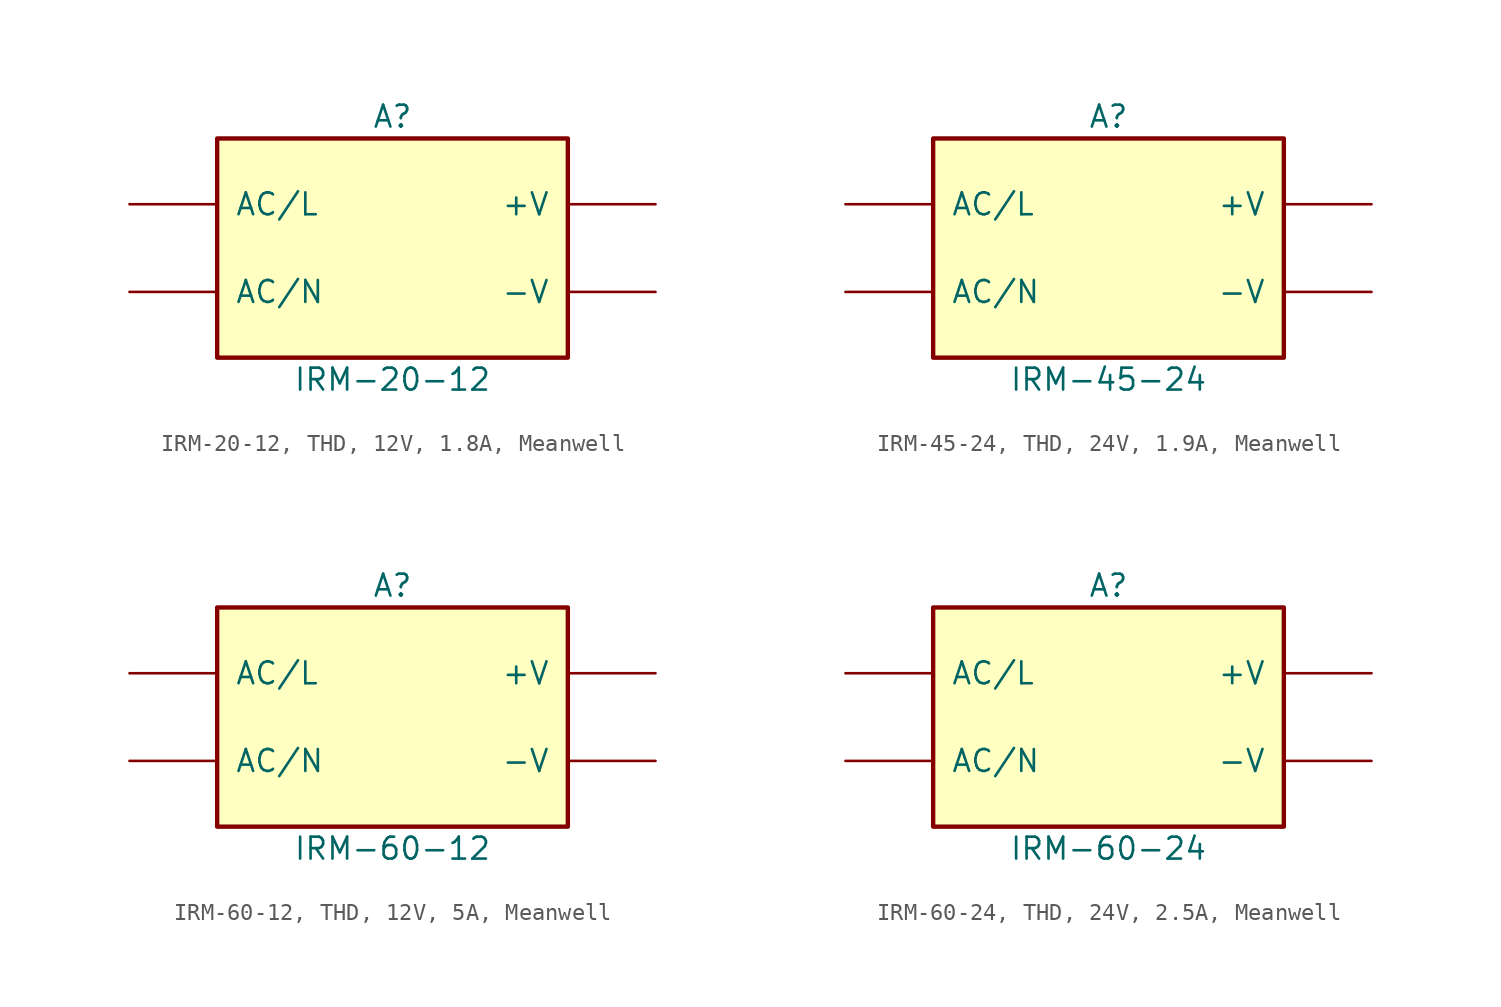
<source format=kicad_sym>
(kicad_symbol_lib
  (version 20241209)
  (generator "kicad_symbol_editor")
  (generator_version "9.0")
  (symbol "IRM-20-12, THD, 12V, 1.8A, Meanwell"
    (pin_numbers
      (hide yes))
    (pin_names
      (offset 1.016))
    (property "Reference" "A"
      (at 0 7.62 0)
      (effects (font (size 1.27 1.27))))
    (property "Value" "IRM-20-12"
      (at 0 -7.62 0)
      (effects (font (size 1.27 1.27))))
    (symbol "IRM-20-12, THD, 12V, 1.8A, Meanwell_0_1"
      (rectangle (start -10.16 6.35) (end 10.16 -6.35) (stroke (width 0.254) (type default)) (fill (type background))))
    (symbol "IRM-20-12, THD, 12V, 1.8A, Meanwell_1_1"
      (pin power_in line (at -15.24 2.54 0) (length 5.08) (name "AC/L" (effects (font (size 1.27 1.27)))) (number "AC/L" (effects (font (size 1.27 1.27)))))
      (pin input line (at -15.24 -2.54 0) (length 5.08) (name "AC/N" (effects (font (size 1.27 1.27)))) (number "AC/N" (effects (font (size 1.27 1.27)))))
      (pin power_out line (at 15.24 2.54 180) (length 5.08) (name "+V" (effects (font (size 1.27 1.27)))) (number "+V" (effects (font (size 1.27 1.27)))))
      (pin power_out line (at 15.24 -2.54 180) (length 5.08) (name "-V" (effects (font (size 1.27 1.27)))) (number "-V" (effects (font (size 1.27 1.27)))))))
  (symbol "IRM-45-24, THD, 24V, 1.9A, Meanwell"
    (pin_numbers
      (hide yes))
    (pin_names
      (offset 1.016))
    (property "Reference" "A"
      (at 0 7.62 0)
      (effects (font (size 1.27 1.27))))
    (property "Value" "IRM-45-24"
      (at 0 -7.62 0)
      (effects (font (size 1.27 1.27))))
    (symbol "IRM-45-24, THD, 24V, 1.9A, Meanwell_0_1"
      (rectangle (start -10.16 6.35) (end 10.16 -6.35) (stroke (width 0.254) (type default)) (fill (type background))))
    (symbol "IRM-45-24, THD, 24V, 1.9A, Meanwell_1_1"
      (pin power_in line (at -15.24 2.54 0) (length 5.08) (name "AC/L" (effects (font (size 1.27 1.27)))) (number "AC/L" (effects (font (size 1.27 1.27)))))
      (pin input line (at -15.24 -2.54 0) (length 5.08) (name "AC/N" (effects (font (size 1.27 1.27)))) (number "AC/N" (effects (font (size 1.27 1.27)))))
      (pin power_out line (at 15.24 2.54 180) (length 5.08) (name "+V" (effects (font (size 1.27 1.27)))) (number "+V" (effects (font (size 1.27 1.27)))))
      (pin power_out line (at 15.24 -2.54 180) (length 5.08) (name "-V" (effects (font (size 1.27 1.27)))) (number "-V" (effects (font (size 1.27 1.27)))))))
  (symbol "IRM-60-12, THD, 12V, 5A, Meanwell"
    (pin_numbers
      (hide yes))
    (pin_names
      (offset 1.016))
    (property "Reference" "A"
      (at 0 7.62 0)
      (effects (font (size 1.27 1.27))))
    (property "Value" "IRM-60-12"
      (at 0 -7.62 0)
      (effects (font (size 1.27 1.27))))
    (symbol "IRM-60-12, THD, 12V, 5A, Meanwell_0_1"
      (rectangle (start -10.16 6.35) (end 10.16 -6.35) (stroke (width 0.254) (type default)) (fill (type background))))
    (symbol "IRM-60-12, THD, 12V, 5A, Meanwell_1_1"
      (pin power_in line (at -15.24 2.54 0) (length 5.08) (name "AC/L" (effects (font (size 1.27 1.27)))) (number "AC/L" (effects (font (size 1.27 1.27)))))
      (pin input line (at -15.24 -2.54 0) (length 5.08) (name "AC/N" (effects (font (size 1.27 1.27)))) (number "AC/N" (effects (font (size 1.27 1.27)))))
      (pin power_out line (at 15.24 2.54 180) (length 5.08) (name "+V" (effects (font (size 1.27 1.27)))) (number "+V" (effects (font (size 1.27 1.27)))))
      (pin power_out line (at 15.24 -2.54 180) (length 5.08) (name "-V" (effects (font (size 1.27 1.27)))) (number "-V" (effects (font (size 1.27 1.27)))))))
  (symbol "IRM-60-24, THD, 24V, 2.5A, Meanwell"
    (pin_numbers
      (hide yes))
    (pin_names
      (offset 1.016))
    (property "Reference" "A"
      (at 0 7.62 0)
      (effects (font (size 1.27 1.27))))
    (property "Value" "IRM-60-24"
      (at 0 -7.62 0)
      (effects (font (size 1.27 1.27))))
    (symbol "IRM-60-24, THD, 24V, 2.5A, Meanwell_0_1"
      (rectangle (start -10.16 6.35) (end 10.16 -6.35) (stroke (width 0.254) (type default)) (fill (type background))))
    (symbol "IRM-60-24, THD, 24V, 2.5A, Meanwell_1_1"
      (pin power_in line (at -15.24 2.54 0) (length 5.08) (name "AC/L" (effects (font (size 1.27 1.27)))) (number "AC/L" (effects (font (size 1.27 1.27)))))
      (pin input line (at -15.24 -2.54 0) (length 5.08) (name "AC/N" (effects (font (size 1.27 1.27)))) (number "AC/N" (effects (font (size 1.27 1.27)))))
      (pin power_out line (at 15.24 2.54 180) (length 5.08) (name "+V" (effects (font (size 1.27 1.27)))) (number "+V" (effects (font (size 1.27 1.27)))))
      (pin power_out line (at 15.24 -2.54 180) (length 5.08) (name "-V" (effects (font (size 1.27 1.27)))) (number "-V" (effects (font (size 1.27 1.27))))))))
</source>
